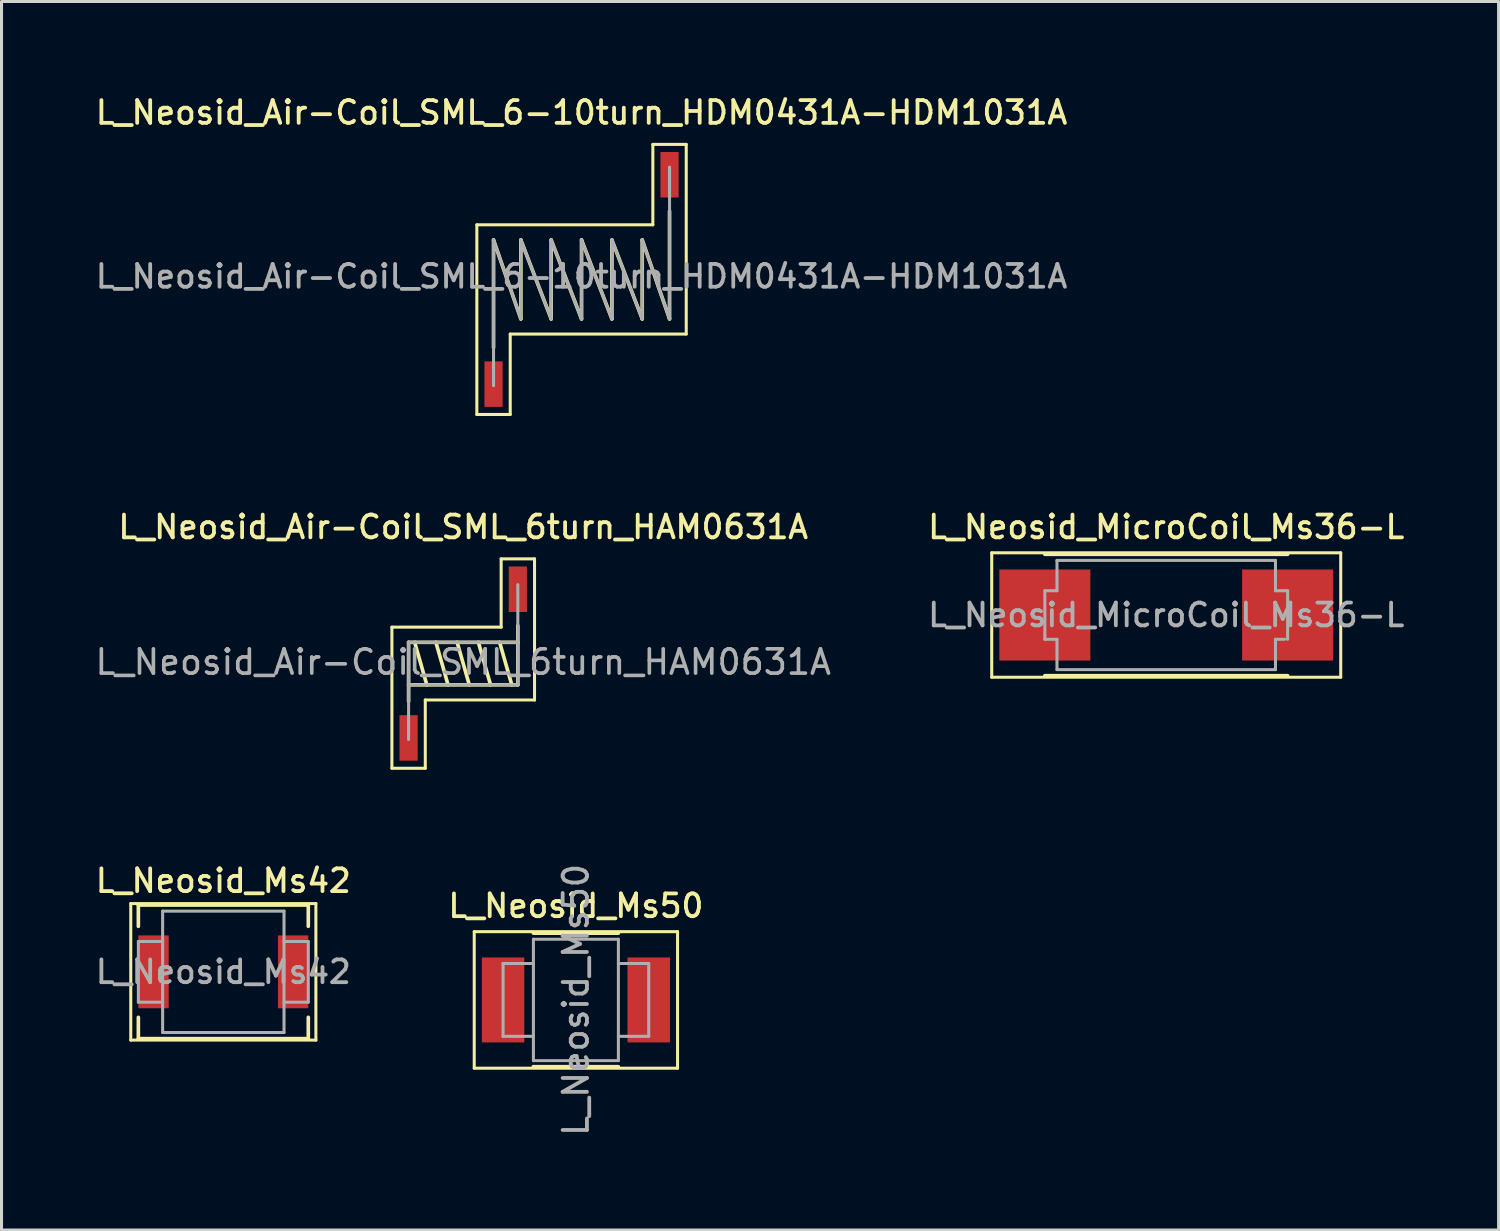
<source format=kicad_pcb>
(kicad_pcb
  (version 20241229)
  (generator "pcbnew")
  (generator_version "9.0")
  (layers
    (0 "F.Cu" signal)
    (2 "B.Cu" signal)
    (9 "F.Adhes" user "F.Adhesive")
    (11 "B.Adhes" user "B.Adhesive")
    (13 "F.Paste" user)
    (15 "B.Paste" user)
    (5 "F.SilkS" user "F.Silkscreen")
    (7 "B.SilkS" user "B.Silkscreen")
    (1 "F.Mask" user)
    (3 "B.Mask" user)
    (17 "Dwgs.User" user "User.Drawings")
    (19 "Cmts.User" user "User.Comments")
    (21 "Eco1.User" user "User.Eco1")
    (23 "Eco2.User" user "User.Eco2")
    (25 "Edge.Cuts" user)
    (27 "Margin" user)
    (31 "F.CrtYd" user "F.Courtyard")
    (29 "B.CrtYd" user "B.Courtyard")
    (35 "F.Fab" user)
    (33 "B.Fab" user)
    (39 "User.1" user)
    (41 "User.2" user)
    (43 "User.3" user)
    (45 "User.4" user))
  (footprint "L_Neosid_MicroCoil_Ms36-L"
    (layer "F.Cu")
    (at 35.38 17.216)
    (property "Reference" "L_Neosid_MicroCoil_Ms36-L" (at 0 -2.9 0) (layer "F.SilkS") (effects (font (size 0.75 0.75) (thickness 0.125))))
    (attr smd)
    (fp_line (start -5.75 -2.05) (end -5.75 2.05) (stroke (width 0.1) (type solid)) (layer "F.SilkS"))
    (fp_line (start -5.75 -2.05) (end 5.75 -2.05) (stroke (width 0.1) (type solid)) (layer "F.SilkS"))
    (fp_line (start 4 -2) (end -4 -2) (stroke (width 0.12) (type solid)) (layer "F.SilkS"))
    (fp_line (start 4 2) (end -4 2) (stroke (width 0.12) (type solid)) (layer "F.SilkS"))
    (fp_line (start 5.75 2.05) (end -5.75 2.05) (stroke (width 0.1) (type solid)) (layer "F.SilkS"))
    (fp_line (start 5.75 2.05) (end 5.75 -2.05) (stroke (width 0.1) (type solid)) (layer "F.SilkS"))
    (fp_line (start -4 -0.8) (end -3.6 -0.8) (stroke (width 0.1) (type solid)) (layer "F.Fab"))
    (fp_line (start -4 0.8) (end -4 -0.8) (stroke (width 0.1) (type solid)) (layer "F.Fab"))
    (fp_line (start -4 0.8) (end -3.6 0.8) (stroke (width 0.1) (type solid)) (layer "F.Fab"))
    (fp_line (start -3.6 -1.8) (end 3.6 -1.8) (stroke (width 0.1) (type solid)) (layer "F.Fab"))
    (fp_line (start -3.6 -0.8) (end -3.6 -1.8) (stroke (width 0.1) (type solid)) (layer "F.Fab"))
    (fp_line (start -3.6 1.8) (end -3.6 0.8) (stroke (width 0.1) (type solid)) (layer "F.Fab"))
    (fp_line (start 3.6 -0.8) (end 3.6 -1.8) (stroke (width 0.1) (type solid)) (layer "F.Fab"))
    (fp_line (start 3.6 0.8) (end 3.9 0.8) (stroke (width 0.1) (type solid)) (layer "F.Fab"))
    (fp_line (start 3.6 1.8) (end -3.6 1.8) (stroke (width 0.1) (type solid)) (layer "F.Fab"))
    (fp_line (start 3.6 1.8) (end 3.6 0.8) (stroke (width 0.1) (type solid)) (layer "F.Fab"))
    (fp_line (start 4 -0.8) (end 3.6 -0.8) (stroke (width 0.1) (type solid)) (layer "F.Fab"))
    (fp_line (start 4 -0.8) (end 4 0.8) (stroke (width 0.1) (type solid)) (layer "F.Fab"))
    (fp_text user "${REFERENCE}" (at 0 0 0) (layer "F.Fab") (effects (font (size 0.75 0.75) (thickness 0.125))))
    (pad "1" smd rect (at -4 0) (size 3 3) (layers "F.Cu" "F.Mask" "F.Paste"))
    (pad "2" smd rect (at 4 0) (size 3 3) (layers "F.Cu" "F.Mask" "F.Paste")))
  (footprint "L_Neosid_Air-Coil_SML_6-10turn_HDM0431A-HDM1031A"
    (layer "F.Cu")
    (at 16.113 6.158)
    (property "Reference" "L_Neosid_Air-Coil_SML_6-10turn_HDM0431A-HDM1031A" (at 0 -5.5 0) (layer "F.SilkS") (effects (font (size 0.75 0.75) (thickness 0.125))))
    (attr smd)
    (fp_line (start -3.45 -1.8) (end -3.45 4.45) (stroke (width 0.1) (type solid)) (layer "F.SilkS"))
    (fp_line (start -3.45 4.45) (end -2.35 4.45) (stroke (width 0.1) (type solid)) (layer "F.SilkS"))
    (fp_line (start -2.9 -1.3) (end -2.9 2.25) (stroke (width 0.12) (type solid)) (layer "F.SilkS"))
    (fp_line (start -2.9 -1.3) (end -2 1.3) (stroke (width 0.12) (type solid)) (layer "F.SilkS"))
    (fp_line (start -2.35 1.8) (end 3.45 1.8) (stroke (width 0.1) (type solid)) (layer "F.SilkS"))
    (fp_line (start -2.35 4.45) (end -2.35 1.8) (stroke (width 0.1) (type solid)) (layer "F.SilkS"))
    (fp_line (start -2 -1.3) (end -2 1.3) (stroke (width 0.12) (type solid)) (layer "F.SilkS"))
    (fp_line (start -2 -1.3) (end -1 1.3) (stroke (width 0.12) (type solid)) (layer "F.SilkS"))
    (fp_line (start -1 -1.3) (end -1 1.3) (stroke (width 0.12) (type solid)) (layer "F.SilkS"))
    (fp_line (start -1 -1.3) (end 0 1.3) (stroke (width 0.12) (type solid)) (layer "F.SilkS"))
    (fp_line (start 0 -1.3) (end 0 1.3) (stroke (width 0.12) (type solid)) (layer "F.SilkS"))
    (fp_line (start 0 -1.3) (end 1 1.3) (stroke (width 0.12) (type solid)) (layer "F.SilkS"))
    (fp_line (start 1 -1.3) (end 1 1.3) (stroke (width 0.12) (type solid)) (layer "F.SilkS"))
    (fp_line (start 1 -1.3) (end 2 1.3) (stroke (width 0.12) (type solid)) (layer "F.SilkS"))
    (fp_line (start 2 -1.3) (end 2 1.3) (stroke (width 0.12) (type solid)) (layer "F.SilkS"))
    (fp_line (start 2 -1.3) (end 2.9 1.3) (stroke (width 0.12) (type solid)) (layer "F.SilkS"))
    (fp_line (start 2.35 -4.45) (end 2.35 -1.8) (stroke (width 0.1) (type solid)) (layer "F.SilkS"))
    (fp_line (start 2.35 -1.8) (end -3.45 -1.8) (stroke (width 0.1) (type solid)) (layer "F.SilkS"))
    (fp_line (start 2.9 1.3) (end 2.9 -2.25) (stroke (width 0.12) (type solid)) (layer "F.SilkS"))
    (fp_line (start 3.45 -4.45) (end 2.35 -4.45) (stroke (width 0.1) (type solid)) (layer "F.SilkS"))
    (fp_line (start 3.45 1.8) (end 3.45 -4.45) (stroke (width 0.1) (type solid)) (layer "F.SilkS"))
    (fp_line (start -2.9 -1.3) (end -2 1.3) (stroke (width 0.1) (type solid)) (layer "F.Fab"))
    (fp_line (start -2.9 3.5) (end -2.9 -1.3) (stroke (width 0.1) (type solid)) (layer "F.Fab"))
    (fp_line (start -2 -1.3) (end -1 1.3) (stroke (width 0.1) (type solid)) (layer "F.Fab"))
    (fp_line (start -2 1.3) (end -2 -1.3) (stroke (width 0.1) (type solid)) (layer "F.Fab"))
    (fp_line (start -1 -1.3) (end 0 1.3) (stroke (width 0.1) (type solid)) (layer "F.Fab"))
    (fp_line (start -1 1.3) (end -1 -1.3) (stroke (width 0.1) (type solid)) (layer "F.Fab"))
    (fp_line (start 0 -1.3) (end 1 1.3) (stroke (width 0.1) (type solid)) (layer "F.Fab"))
    (fp_line (start 0 1.3) (end 0 -1.3) (stroke (width 0.1) (type solid)) (layer "F.Fab"))
    (fp_line (start 1 -1.3) (end 2 1.3) (stroke (width 0.1) (type solid)) (layer "F.Fab"))
    (fp_line (start 1 1.3) (end 1 -1.3) (stroke (width 0.1) (type solid)) (layer "F.Fab"))
    (fp_line (start 2 -1.3) (end 2.9 1.3) (stroke (width 0.1) (type solid)) (layer "F.Fab"))
    (fp_line (start 2 1.3) (end 2 -1.3) (stroke (width 0.1) (type solid)) (layer "F.Fab"))
    (fp_line (start 2.9 1.3) (end 2.9 -3.7) (stroke (width 0.1) (type solid)) (layer "F.Fab"))
    (fp_text user "${REFERENCE}" (at 0 -0.1 0) (layer "F.Fab") (effects (font (size 0.75 0.75) (thickness 0.125))))
    (pad "1" smd rect (at -2.9 3.45) (size 0.6 1.5) (layers "F.Cu" "F.Mask" "F.Paste"))
    (pad "2" smd rect (at 2.9 -3.45) (size 0.6 1.5) (layers "F.Cu" "F.Mask" "F.Paste")))
  (footprint "L_Neosid_Ms42"
    (layer "F.Cu")
    (at 4.309 28.974)
    (property "Reference" "L_Neosid_Ms42" (at 0 -3 0) (layer "F.SilkS") (effects (font (size 0.75 0.75) (thickness 0.125))))
    (attr smd)
    (fp_line (start -3.05 -2.25) (end -3.05 2.25) (stroke (width 0.1) (type solid)) (layer "F.SilkS"))
    (fp_line (start -3.05 -2.25) (end 3.05 -2.25) (stroke (width 0.1) (type solid)) (layer "F.SilkS"))
    (fp_line (start -2.8 -2.2) (end -2.8 -1.5) (stroke (width 0.12) (type solid)) (layer "F.SilkS"))
    (fp_line (start -2.8 2.2) (end -2.8 1.5) (stroke (width 0.12) (type solid)) (layer "F.SilkS"))
    (fp_line (start 2.8 -2.2) (end -2.8 -2.2) (stroke (width 0.12) (type solid)) (layer "F.SilkS"))
    (fp_line (start 2.8 -2.2) (end 2.8 -1.5) (stroke (width 0.12) (type solid)) (layer "F.SilkS"))
    (fp_line (start 2.8 1.5) (end 2.8 2.2) (stroke (width 0.12) (type solid)) (layer "F.SilkS"))
    (fp_line (start 2.8 2.2) (end -2.8 2.2) (stroke (width 0.12) (type solid)) (layer "F.SilkS"))
    (fp_line (start 3.05 2.25) (end -3.05 2.25) (stroke (width 0.1) (type solid)) (layer "F.SilkS"))
    (fp_line (start 3.05 2.25) (end 3.05 -2.25) (stroke (width 0.1) (type solid)) (layer "F.SilkS"))
    (fp_line (start -2.8 -1) (end -2 -1) (stroke (width 0.1) (type solid)) (layer "F.Fab"))
    (fp_line (start -2.8 1) (end -2.8 -1) (stroke (width 0.1) (type solid)) (layer "F.Fab"))
    (fp_line (start -2 -2) (end 2 -2) (stroke (width 0.1) (type solid)) (layer "F.Fab"))
    (fp_line (start -2 1) (end -2.8 1) (stroke (width 0.1) (type solid)) (layer "F.Fab"))
    (fp_line (start -2 2) (end -2 -2) (stroke (width 0.1) (type solid)) (layer "F.Fab"))
    (fp_line (start 2 -2) (end 2 2) (stroke (width 0.1) (type solid)) (layer "F.Fab"))
    (fp_line (start 2 -1) (end 2.8 -1) (stroke (width 0.1) (type solid)) (layer "F.Fab"))
    (fp_line (start 2 2) (end -2 2) (stroke (width 0.1) (type solid)) (layer "F.Fab"))
    (fp_line (start 2.8 -1) (end 2.8 1) (stroke (width 0.1) (type solid)) (layer "F.Fab"))
    (fp_line (start 2.8 1) (end 2 1) (stroke (width 0.1) (type solid)) (layer "F.Fab"))
    (fp_text user "${REFERENCE}" (at 0 0 0) (layer "F.Fab") (effects (font (size 0.75 0.75) (thickness 0.125))))
    (pad "1" smd rect (at -2.3 0) (size 1 2.4) (layers "F.Cu" "F.Mask" "F.Paste"))
    (pad "2" smd rect (at 2.3 0) (size 1 2.4) (layers "F.Cu" "F.Mask" "F.Paste")))
  (footprint "L_Neosid_Ms50"
    (layer "F.Cu")
    (at 15.927 29.9)
    (property "Reference" "L_Neosid_Ms50" (at 0 -3.1 0) (layer "F.SilkS") (effects (font (size 0.75 0.75) (thickness 0.125))))
    (attr smd)
    (fp_line (start -3.35 -2.25) (end -3.35 2.25) (stroke (width 0.1) (type solid)) (layer "F.SilkS"))
    (fp_line (start -3.35 -2.25) (end 3.35 -2.25) (stroke (width 0.1) (type solid)) (layer "F.SilkS"))
    (fp_line (start -1.4 2.2) (end 1.4 2.2) (stroke (width 0.12) (type solid)) (layer "F.SilkS"))
    (fp_line (start 1.4 -2.2) (end -1.4 -2.2) (stroke (width 0.12) (type solid)) (layer "F.SilkS"))
    (fp_line (start 3.35 2.25) (end -3.35 2.25) (stroke (width 0.1) (type solid)) (layer "F.SilkS"))
    (fp_line (start 3.35 2.25) (end 3.35 -2.25) (stroke (width 0.1) (type solid)) (layer "F.SilkS"))
    (fp_line (start -2.4 -1.2) (end -2.4 1.2) (stroke (width 0.1) (type solid)) (layer "F.Fab"))
    (fp_line (start -2.4 -1.2) (end -1.4 -1.2) (stroke (width 0.1) (type solid)) (layer "F.Fab"))
    (fp_line (start -2.4 1.2) (end -1.4 1.2) (stroke (width 0.1) (type solid)) (layer "F.Fab"))
    (fp_line (start -1.4 -2) (end -1.4 2) (stroke (width 0.1) (type solid)) (layer "F.Fab"))
    (fp_line (start -1.4 2) (end 1.4 2) (stroke (width 0.1) (type solid)) (layer "F.Fab"))
    (fp_line (start 1.4 -2) (end -1.4 -2) (stroke (width 0.1) (type solid)) (layer "F.Fab"))
    (fp_line (start 1.4 1.2) (end 2.4 1.2) (stroke (width 0.1) (type solid)) (layer "F.Fab"))
    (fp_line (start 1.4 2) (end 1.4 -2) (stroke (width 0.1) (type solid)) (layer "F.Fab"))
    (fp_line (start 2.4 -1.2) (end 1.4 -1.2) (stroke (width 0.1) (type solid)) (layer "F.Fab"))
    (fp_line (start 2.4 1.2) (end 2.4 -1.2) (stroke (width 0.1) (type solid)) (layer "F.Fab"))
    (fp_text user "${REFERENCE}" (at 0 0 90) (layer "F.Fab") (effects (font (size 0.8 0.8) (thickness 0.125))))
    (pad "1" smd rect (at -2.4 0) (size 1.4 2.8) (layers "F.Cu" "F.Mask" "F.Paste"))
    (pad "2" smd rect (at 2.4 0) (size 1.4 2.8) (layers "F.Cu" "F.Mask" "F.Paste")))
  (footprint "L_Neosid_Air-Coil_SML_6turn_HAM0631A"
    (layer "F.Cu")
    (at 12.214 18.816)
    (property "Reference" "L_Neosid_Air-Coil_SML_6turn_HAM0631A" (at 0 -4.5 0) (layer "F.SilkS") (effects (font (size 0.75 0.75) (thickness 0.125))))
    (attr smd)
    (fp_line (start -2.35 -1.2) (end -2.35 3.45) (stroke (width 0.1) (type solid)) (layer "F.SilkS"))
    (fp_line (start -2.35 3.45) (end -1.25 3.45) (stroke (width 0.1) (type solid)) (layer "F.SilkS"))
    (fp_line (start -1.8 -0.7) (end -1.8 1.25) (stroke (width 0.12) (type solid)) (layer "F.SilkS"))
    (fp_line (start -1.8 -0.7) (end 1.8 -0.7) (stroke (width 0.12) (type solid)) (layer "F.SilkS"))
    (fp_line (start -1.6 -0.7) (end -1.2 0.7) (stroke (width 0.12) (type solid)) (layer "F.SilkS"))
    (fp_line (start -1.25 1.2) (end 2.35 1.2) (stroke (width 0.1) (type solid)) (layer "F.SilkS"))
    (fp_line (start -1.25 3.45) (end -1.25 1.2) (stroke (width 0.1) (type solid)) (layer "F.SilkS"))
    (fp_line (start -0.9 -0.7) (end -0.5 0.7) (stroke (width 0.12) (type solid)) (layer "F.SilkS"))
    (fp_line (start -0.2 -0.7) (end 0.2 0.7) (stroke (width 0.12) (type solid)) (layer "F.SilkS"))
    (fp_line (start 0.5 -0.7) (end 0.9 0.7) (stroke (width 0.12) (type solid)) (layer "F.SilkS"))
    (fp_line (start 1.2 -0.7) (end 1.6 0.7) (stroke (width 0.12) (type solid)) (layer "F.SilkS"))
    (fp_line (start 1.25 -3.45) (end 1.25 -1.2) (stroke (width 0.1) (type solid)) (layer "F.SilkS"))
    (fp_line (start 1.25 -1.2) (end -2.35 -1.2) (stroke (width 0.1) (type solid)) (layer "F.SilkS"))
    (fp_line (start 1.8 0.7) (end -1.8 0.7) (stroke (width 0.12) (type solid)) (layer "F.SilkS"))
    (fp_line (start 1.8 0.7) (end 1.8 -1.25) (stroke (width 0.12) (type solid)) (layer "F.SilkS"))
    (fp_line (start 2.35 -3.45) (end 1.25 -3.45) (stroke (width 0.1) (type solid)) (layer "F.SilkS"))
    (fp_line (start 2.35 1.2) (end 2.35 -3.45) (stroke (width 0.1) (type solid)) (layer "F.SilkS"))
    (fp_line (start -1.8 -0.7) (end 1.8 -0.7) (stroke (width 0.1) (type solid)) (layer "F.Fab"))
    (fp_line (start -1.8 0.7) (end 1.8 0.7) (stroke (width 0.1) (type solid)) (layer "F.Fab"))
    (fp_line (start -1.8 2.5) (end -1.8 -0.7) (stroke (width 0.1) (type solid)) (layer "F.Fab"))
    (fp_line (start 1.8 0.7) (end 1.8 -2.6) (stroke (width 0.1) (type solid)) (layer "F.Fab"))
    (fp_text user "${REFERENCE}" (at 0 -0.05 0) (layer "F.Fab") (effects (font (size 0.8 0.8) (thickness 0.12))))
    (pad "1" smd rect (at -1.8 2.45) (size 0.6 1.5) (layers "F.Cu" "F.Mask" "F.Paste"))
    (pad "2" smd rect (at 1.8 -2.45) (size 0.6 1.5) (layers "F.Cu" "F.Mask" "F.Paste")))
  (gr_rect
    (start -3 -3)
    (end 46.332 37.484)
    (stroke (width 0.1) (type default))
    (fill no)
    (layer "Edge.Cuts")))
</source>
